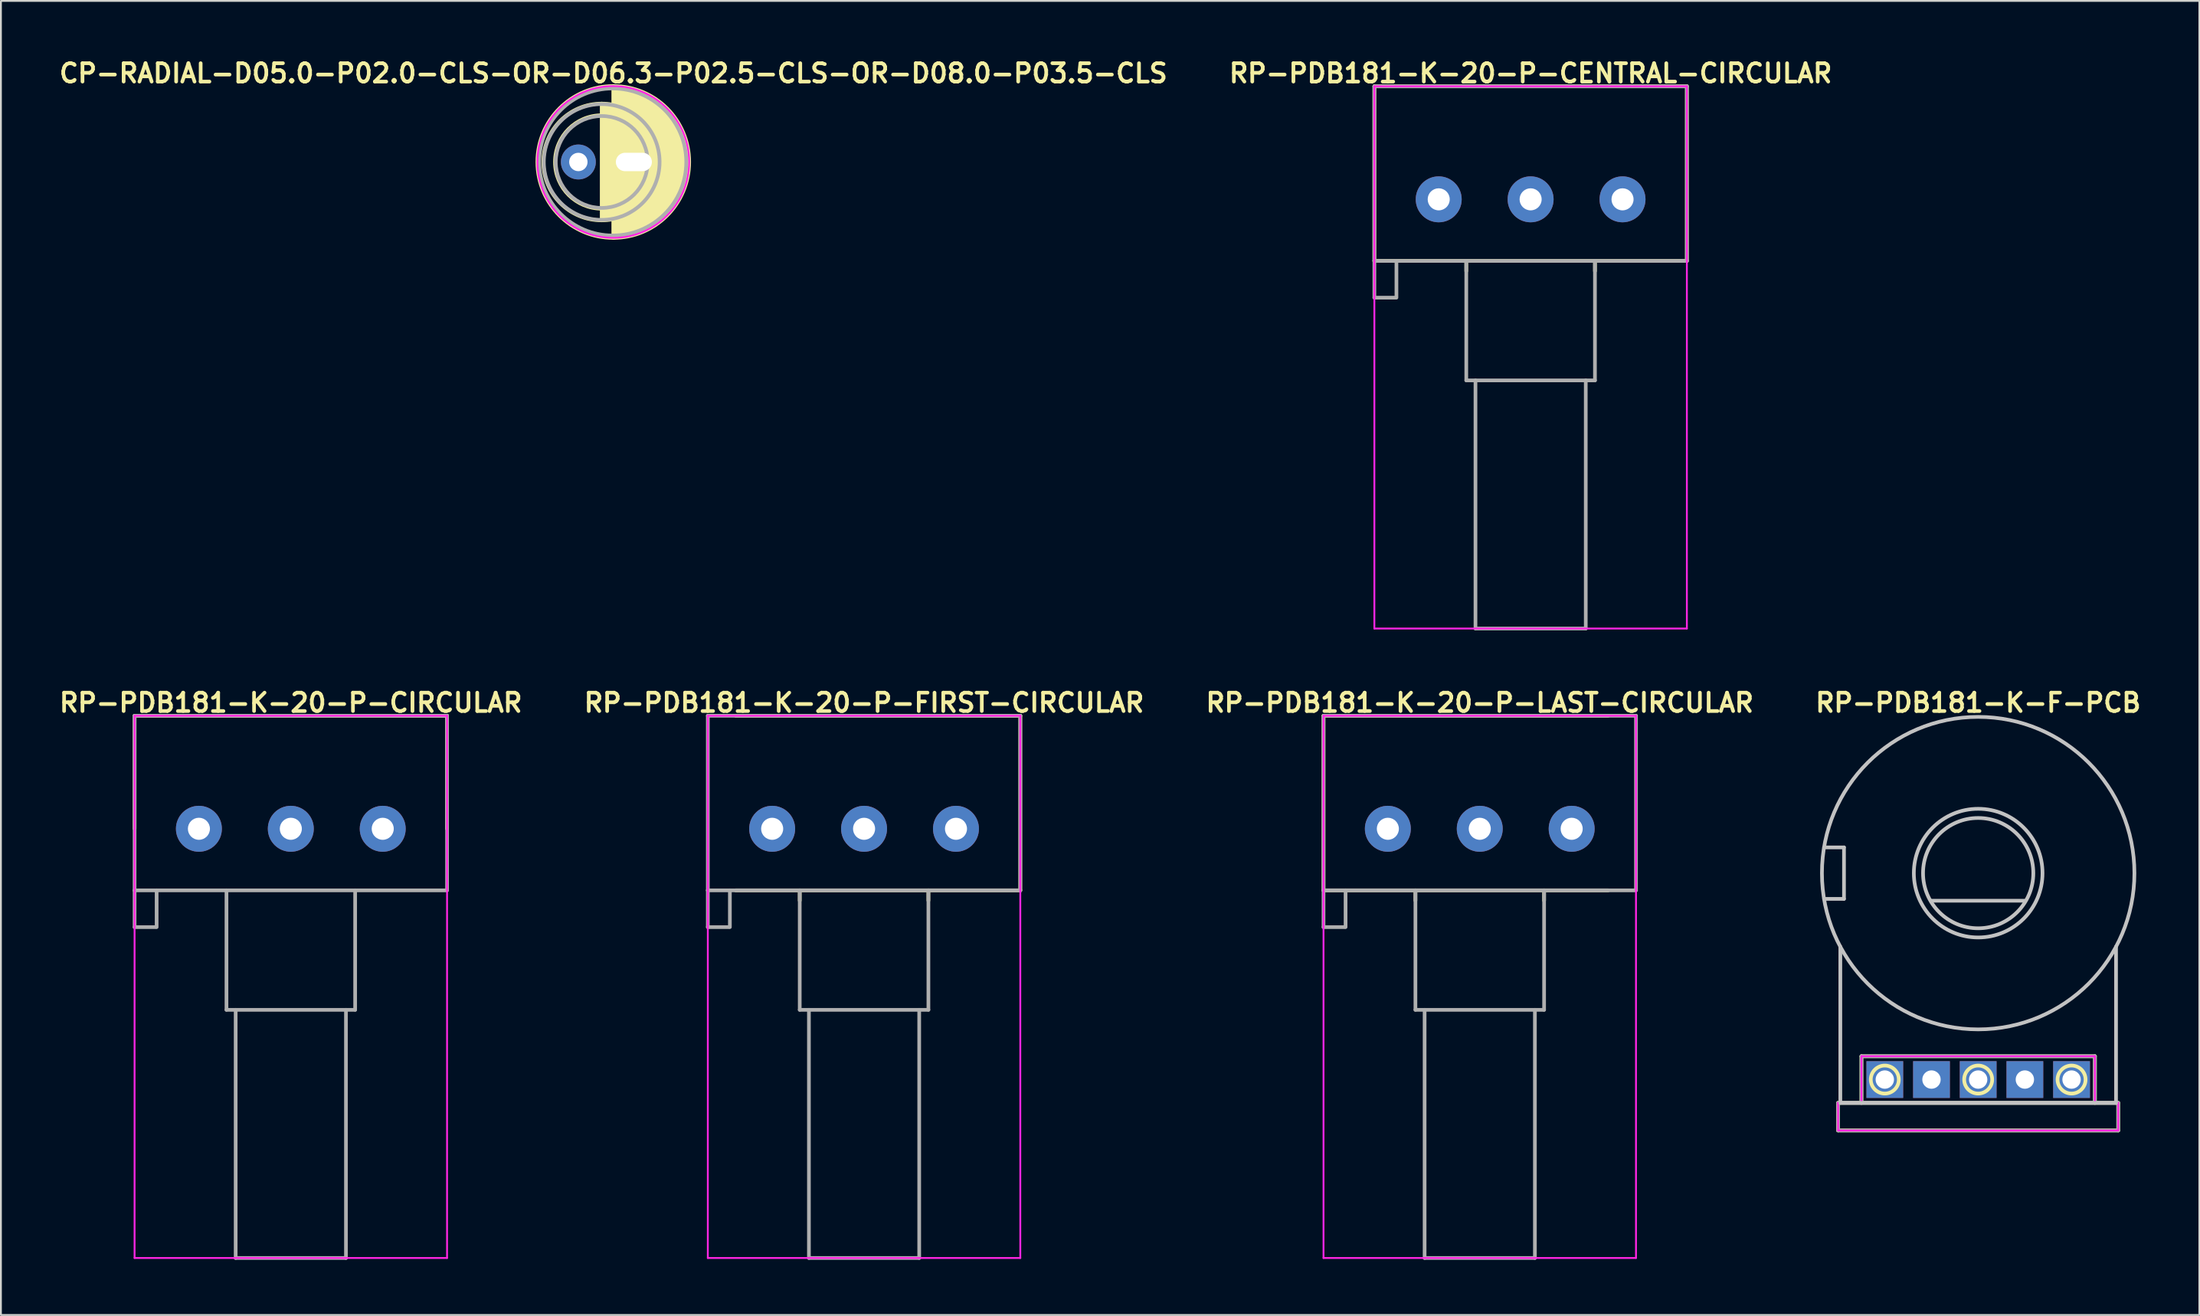
<source format=kicad_pcb>
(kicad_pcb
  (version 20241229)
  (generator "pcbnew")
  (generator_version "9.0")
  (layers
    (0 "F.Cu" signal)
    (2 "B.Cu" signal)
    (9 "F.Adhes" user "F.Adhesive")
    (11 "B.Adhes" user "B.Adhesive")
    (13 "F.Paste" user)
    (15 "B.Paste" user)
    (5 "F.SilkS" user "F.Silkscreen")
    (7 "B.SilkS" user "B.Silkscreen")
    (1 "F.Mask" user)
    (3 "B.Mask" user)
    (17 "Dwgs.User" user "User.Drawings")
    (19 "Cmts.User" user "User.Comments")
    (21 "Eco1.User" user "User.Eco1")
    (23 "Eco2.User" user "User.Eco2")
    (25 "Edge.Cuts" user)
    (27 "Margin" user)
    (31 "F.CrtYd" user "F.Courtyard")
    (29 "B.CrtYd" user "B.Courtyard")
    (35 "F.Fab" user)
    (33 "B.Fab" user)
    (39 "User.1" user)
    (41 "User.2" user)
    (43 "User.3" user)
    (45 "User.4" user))
  (footprint "CP-RADIAL-D05.0-P02.0-CLS-OR-D06.3-P02.5-CLS-OR-D08.0-P03.5-CLS"
    (layer "F.Cu")
    (at 29.684 5.762)
    (property "Reference" "CP-RADIAL-D05.0-P02.0-CLS-OR-D06.3-P02.5-CLS-OR-D08.0-P03.5-CLS" (at 0.635 -4.826 0) (layer "F.SilkS") (effects (font (size 1 1) (thickness 0.2))))
    (attr through_hole)
    (fp_circle (center 0 0) (end 2.54 0) (stroke (width 0.2) (type solid)) (fill no) (layer "F.SilkS"))
    (fp_circle (center 0 0) (end 3.175 0) (stroke (width 0.2) (type solid)) (fill no) (layer "F.SilkS"))
    (fp_circle (center 0.63 0) (end 4.758 0) (stroke (width 0.2) (type solid)) (fill no) (layer "F.SilkS"))
    (fp_poly (pts (xy 0 -3.175) (xy 1.651 -2.667) (xy 2.921 -1.143) (xy 3.175 0) (xy 2.921 1.143) (xy 1.651 2.667) (xy 0 3.175)) (stroke (width 0.2) (type solid)) (fill yes) (layer "F.SilkS"))
    (fp_poly (pts (xy 0.63 -4.128) (xy 2.916 -3.429) (xy 4.313 -1.778) (xy 4.758 0) (xy 4.313 1.778) (xy 2.916 3.429) (xy 0.63 4.128)) (stroke (width 0.2) (type solid)) (fill yes) (layer "F.SilkS"))
    (fp_circle (center 0.63 0) (end 4.758 0) (stroke (width 0.1) (type solid)) (fill no) (layer "F.CrtYd"))
    (fp_circle (center 0 0) (end 2.5 0) (stroke (width 0.2) (type solid)) (fill no) (layer "F.Fab"))
    (fp_circle (center 0 0) (end 3.15 0) (stroke (width 0.2) (type solid)) (fill no) (layer "F.Fab"))
    (fp_circle (center 0.6 0) (end 4.6 0) (stroke (width 0.2) (type solid)) (fill no) (layer "F.Fab"))
    (pad "+" thru_hole circle (at -1.27 0) (size 1.9 1.9) (drill 1) (layers "B.Cu" "B.Mask"))
    (pad "-" thru_hole rect (at 1.75 0) (size 2.86 1.9) (drill oval 1.96 1) (layers "B.Cu" "B.Mask")))
  (footprint "RP-PDB181-K-20-P-CIRCULAR"
    (layer "F.Cu")
    (at 12.771 42.038)
    (property "Reference" "RP-PDB181-K-20-P-CIRCULAR" (at 0 -6.858 0) (layer "F.SilkS") (effects (font (size 1 1) (thickness 0.2))))
    (attr through_hole)
    (fp_line (start -8.5 -6.15) (end -8.5 0) (stroke (width 0.2) (type solid)) (layer "F.SilkS"))
    (fp_line (start -8.5 -6.15) (end 8.5 -6.15) (stroke (width 0.2) (type solid)) (layer "F.SilkS"))
    (fp_line (start 8.5 -6.15) (end 8.5 0) (stroke (width 0.2) (type solid)) (layer "F.SilkS"))
    (fp_line (start -8.5 -6.15) (end -8.5 23.35) (stroke (width 0.1) (type solid)) (layer "F.CrtYd"))
    (fp_line (start -8.5 -6.15) (end 8.5 -6.15) (stroke (width 0.1) (type solid)) (layer "F.CrtYd"))
    (fp_line (start -8.5 23.35) (end 8.5 23.35) (stroke (width 0.1) (type solid)) (layer "F.CrtYd"))
    (fp_line (start 8.5 -6.15) (end 8.5 23.35) (stroke (width 0.1) (type solid)) (layer "F.CrtYd"))
    (fp_line (start -8.5 -6.15) (end -8.5 3.35) (stroke (width 0.2) (type solid)) (layer "F.Fab"))
    (fp_line (start -8.5 -6.15) (end 8.5 -6.15) (stroke (width 0.2) (type solid)) (layer "F.Fab"))
    (fp_line (start -8.5 3.35) (end -8.5 5.35) (stroke (width 0.2) (type solid)) (layer "F.Fab"))
    (fp_line (start -8.5 3.35) (end 8.5 3.35) (stroke (width 0.2) (type solid)) (layer "F.Fab"))
    (fp_line (start -8.5 5.35) (end -7.366 5.35) (stroke (width 0.2) (type solid)) (layer "F.Fab"))
    (fp_line (start -7.3 3.35) (end -7.3 5.35) (stroke (width 0.2) (type solid)) (layer "F.Fab"))
    (fp_line (start -3.5 3.35) (end -3.5 9.85) (stroke (width 0.2) (type solid)) (layer "F.Fab"))
    (fp_line (start -3.5 9.85) (end 3.5 9.85) (stroke (width 0.2) (type solid)) (layer "F.Fab"))
    (fp_line (start -3 9.85) (end -3 23.35) (stroke (width 0.2) (type solid)) (layer "F.Fab"))
    (fp_line (start -3 23.35) (end 3 23.35) (stroke (width 0.2) (type solid)) (layer "F.Fab"))
    (fp_line (start 3 9.85) (end 3 23.35) (stroke (width 0.2) (type solid)) (layer "F.Fab"))
    (fp_line (start 3.5 3.35) (end 3.5 9.85) (stroke (width 0.2) (type solid)) (layer "F.Fab"))
    (fp_line (start 8.5 -6.15) (end 8.5 3.35) (stroke (width 0.2) (type solid)) (layer "F.Fab"))
    (pad "1" thru_hole circle (at -5 0) (size 2.5 2.5) (drill 1.2) (layers "B.Cu" "B.Mask"))
    (pad "2" thru_hole circle (at 0 0) (size 2.5 2.5) (drill 1.2) (layers "B.Cu" "B.Mask"))
    (pad "3" thru_hole circle (at 5 0) (size 2.5 2.5) (drill 1.2) (layers "B.Cu" "B.Mask")))
  (footprint "RP-PDB181-K-20-P-LAST-CIRCULAR"
    (layer "F.Cu")
    (at 77.452 42.038)
    (property "Reference" "RP-PDB181-K-20-P-LAST-CIRCULAR" (at 0 -6.858 0) (layer "F.SilkS") (effects (font (size 1 1) (thickness 0.2))))
    (attr through_hole)
    (fp_line (start -8.5 -6.15) (end -8.5 3.35) (stroke (width 0.2) (type solid)) (layer "F.SilkS"))
    (fp_line (start -8.5 -6.15) (end 6.985 -6.15) (stroke (width 0.2) (type solid)) (layer "F.SilkS"))
    (fp_line (start -8.5 3.35) (end 6.985 3.35) (stroke (width 0.2) (type solid)) (layer "F.SilkS"))
    (fp_line (start -3.5 3.35) (end -3.5 3.905) (stroke (width 0.2) (type solid)) (layer "F.SilkS"))
    (fp_line (start 3.5 3.35) (end 3.5 3.905) (stroke (width 0.2) (type solid)) (layer "F.SilkS"))
    (fp_line (start -8.5 -6.15) (end -8.5 23.35) (stroke (width 0.1) (type solid)) (layer "F.CrtYd"))
    (fp_line (start -8.5 -6.15) (end 8.5 -6.15) (stroke (width 0.1) (type solid)) (layer "F.CrtYd"))
    (fp_line (start -8.5 23.35) (end 8.5 23.35) (stroke (width 0.1) (type solid)) (layer "F.CrtYd"))
    (fp_line (start 8.5 -6.15) (end 8.5 23.35) (stroke (width 0.1) (type solid)) (layer "F.CrtYd"))
    (fp_line (start -8.5 -6.15) (end -8.5 3.35) (stroke (width 0.2) (type solid)) (layer "F.Fab"))
    (fp_line (start -8.5 -6.15) (end 8.5 -6.15) (stroke (width 0.2) (type solid)) (layer "F.Fab"))
    (fp_line (start -8.5 3.35) (end -8.5 5.35) (stroke (width 0.2) (type solid)) (layer "F.Fab"))
    (fp_line (start -8.5 3.35) (end 8.5 3.35) (stroke (width 0.2) (type solid)) (layer "F.Fab"))
    (fp_line (start -8.5 5.35) (end -7.366 5.35) (stroke (width 0.2) (type solid)) (layer "F.Fab"))
    (fp_line (start -7.3 3.35) (end -7.3 5.35) (stroke (width 0.2) (type solid)) (layer "F.Fab"))
    (fp_line (start -3.5 3.35) (end -3.5 9.85) (stroke (width 0.2) (type solid)) (layer "F.Fab"))
    (fp_line (start -3.5 9.85) (end 3.5 9.85) (stroke (width 0.2) (type solid)) (layer "F.Fab"))
    (fp_line (start -3 9.85) (end -3 23.35) (stroke (width 0.2) (type solid)) (layer "F.Fab"))
    (fp_line (start -3 23.35) (end 3 23.35) (stroke (width 0.2) (type solid)) (layer "F.Fab"))
    (fp_line (start 3 9.85) (end 3 23.35) (stroke (width 0.2) (type solid)) (layer "F.Fab"))
    (fp_line (start 3.5 3.35) (end 3.5 9.85) (stroke (width 0.2) (type solid)) (layer "F.Fab"))
    (fp_line (start 8.5 -6.15) (end 8.5 3.35) (stroke (width 0.2) (type solid)) (layer "F.Fab"))
    (pad "1" thru_hole circle (at -5 0) (size 2.5 2.5) (drill 1.2) (layers "B.Cu" "B.Mask"))
    (pad "2" thru_hole circle (at 0 0) (size 2.5 2.5) (drill 1.2) (layers "B.Cu" "B.Mask"))
    (pad "3" thru_hole circle (at 5 0) (size 2.5 2.5) (drill 1.2) (layers "B.Cu" "B.Mask")))
  (footprint "RP-PDB181-K-20-P-FIRST-CIRCULAR"
    (layer "F.Cu")
    (at 43.957 42.038)
    (property "Reference" "RP-PDB181-K-20-P-FIRST-CIRCULAR" (at 0 -6.858 0) (layer "F.SilkS") (effects (font (size 1 1) (thickness 0.2))))
    (attr through_hole)
    (fp_line (start -6.985 -6.15) (end 8.5 -6.15) (stroke (width 0.2) (type solid)) (layer "F.SilkS"))
    (fp_line (start -6.985 3.35) (end 8.5 3.35) (stroke (width 0.2) (type solid)) (layer "F.SilkS"))
    (fp_line (start -3.5 3.35) (end -3.5 3.905) (stroke (width 0.2) (type solid)) (layer "F.SilkS"))
    (fp_line (start 3.5 3.35) (end 3.5 3.905) (stroke (width 0.2) (type solid)) (layer "F.SilkS"))
    (fp_line (start 8.5 -6.15) (end 8.5 3.35) (stroke (width 0.2) (type solid)) (layer "F.SilkS"))
    (fp_line (start -8.5 -6.15) (end -8.5 23.35) (stroke (width 0.1) (type solid)) (layer "F.CrtYd"))
    (fp_line (start -8.5 -6.15) (end 8.5 -6.15) (stroke (width 0.1) (type solid)) (layer "F.CrtYd"))
    (fp_line (start -8.5 23.35) (end 8.5 23.35) (stroke (width 0.1) (type solid)) (layer "F.CrtYd"))
    (fp_line (start 8.5 -6.15) (end 8.5 23.35) (stroke (width 0.1) (type solid)) (layer "F.CrtYd"))
    (fp_line (start -8.5 -6.15) (end -8.5 3.35) (stroke (width 0.2) (type solid)) (layer "F.Fab"))
    (fp_line (start -8.5 -6.15) (end 8.5 -6.15) (stroke (width 0.2) (type solid)) (layer "F.Fab"))
    (fp_line (start -8.5 3.35) (end -8.5 5.35) (stroke (width 0.2) (type solid)) (layer "F.Fab"))
    (fp_line (start -8.5 3.35) (end 8.5 3.35) (stroke (width 0.2) (type solid)) (layer "F.Fab"))
    (fp_line (start -8.5 5.35) (end -7.366 5.35) (stroke (width 0.2) (type solid)) (layer "F.Fab"))
    (fp_line (start -7.3 3.35) (end -7.3 5.35) (stroke (width 0.2) (type solid)) (layer "F.Fab"))
    (fp_line (start -3.5 3.35) (end -3.5 9.85) (stroke (width 0.2) (type solid)) (layer "F.Fab"))
    (fp_line (start -3.5 9.85) (end 3.5 9.85) (stroke (width 0.2) (type solid)) (layer "F.Fab"))
    (fp_line (start -3 9.85) (end -3 23.35) (stroke (width 0.2) (type solid)) (layer "F.Fab"))
    (fp_line (start -3 23.35) (end 3 23.35) (stroke (width 0.2) (type solid)) (layer "F.Fab"))
    (fp_line (start 3 9.85) (end 3 23.35) (stroke (width 0.2) (type solid)) (layer "F.Fab"))
    (fp_line (start 3.5 3.35) (end 3.5 9.85) (stroke (width 0.2) (type solid)) (layer "F.Fab"))
    (fp_line (start 8.5 -6.15) (end 8.5 3.35) (stroke (width 0.2) (type solid)) (layer "F.Fab"))
    (pad "1" thru_hole circle (at -5 0) (size 2.5 2.5) (drill 1.2) (layers "B.Cu" "B.Mask"))
    (pad "2" thru_hole circle (at 0 0) (size 2.5 2.5) (drill 1.2) (layers "B.Cu" "B.Mask"))
    (pad "3" thru_hole circle (at 5 0) (size 2.5 2.5) (drill 1.2) (layers "B.Cu" "B.Mask")))
  (footprint "RP-PDB181-K-20-P-CENTRAL-CIRCULAR"
    (layer "F.Cu")
    (at 80.219 7.794)
    (property "Reference" "RP-PDB181-K-20-P-CENTRAL-CIRCULAR" (at 0 -6.858 0) (layer "F.SilkS") (effects (font (size 1 1) (thickness 0.2))))
    (attr through_hole)
    (fp_line (start -8.5 -6.15) (end -8.5 3.35) (stroke (width 0.2) (type solid)) (layer "F.SilkS"))
    (fp_line (start -8.5 -6.15) (end 8.5 -6.15) (stroke (width 0.2) (type solid)) (layer "F.SilkS"))
    (fp_line (start -8.5 3.35) (end 8.5 3.35) (stroke (width 0.2) (type solid)) (layer "F.SilkS"))
    (fp_line (start -3.5 3.35) (end -3.5 3.905) (stroke (width 0.2) (type solid)) (layer "F.SilkS"))
    (fp_line (start 3.5 3.35) (end 3.5 3.905) (stroke (width 0.2) (type solid)) (layer "F.SilkS"))
    (fp_line (start 8.5 -6.15) (end 8.5 3.35) (stroke (width 0.2) (type solid)) (layer "F.SilkS"))
    (fp_line (start -8.5 -6.15) (end -8.5 23.35) (stroke (width 0.1) (type solid)) (layer "F.CrtYd"))
    (fp_line (start -8.5 -6.15) (end 8.5 -6.15) (stroke (width 0.1) (type solid)) (layer "F.CrtYd"))
    (fp_line (start -8.5 23.35) (end 8.5 23.35) (stroke (width 0.1) (type solid)) (layer "F.CrtYd"))
    (fp_line (start 8.5 -6.15) (end 8.5 23.35) (stroke (width 0.1) (type solid)) (layer "F.CrtYd"))
    (fp_line (start -8.5 -6.15) (end -8.5 3.35) (stroke (width 0.2) (type solid)) (layer "F.Fab"))
    (fp_line (start -8.5 -6.15) (end 8.5 -6.15) (stroke (width 0.2) (type solid)) (layer "F.Fab"))
    (fp_line (start -8.5 3.35) (end -8.5 5.35) (stroke (width 0.2) (type solid)) (layer "F.Fab"))
    (fp_line (start -8.5 3.35) (end 8.5 3.35) (stroke (width 0.2) (type solid)) (layer "F.Fab"))
    (fp_line (start -8.5 5.35) (end -7.366 5.35) (stroke (width 0.2) (type solid)) (layer "F.Fab"))
    (fp_line (start -7.3 3.35) (end -7.3 5.35) (stroke (width 0.2) (type solid)) (layer "F.Fab"))
    (fp_line (start -3.5 3.35) (end -3.5 9.85) (stroke (width 0.2) (type solid)) (layer "F.Fab"))
    (fp_line (start -3.5 9.85) (end 3.5 9.85) (stroke (width 0.2) (type solid)) (layer "F.Fab"))
    (fp_line (start -3 9.85) (end -3 23.35) (stroke (width 0.2) (type solid)) (layer "F.Fab"))
    (fp_line (start -3 23.35) (end 3 23.35) (stroke (width 0.2) (type solid)) (layer "F.Fab"))
    (fp_line (start 3 9.85) (end 3 23.35) (stroke (width 0.2) (type solid)) (layer "F.Fab"))
    (fp_line (start 3.5 3.35) (end 3.5 9.85) (stroke (width 0.2) (type solid)) (layer "F.Fab"))
    (fp_line (start 8.5 -6.15) (end 8.5 3.35) (stroke (width 0.2) (type solid)) (layer "F.Fab"))
    (pad "1" thru_hole circle (at -5 0) (size 2.5 2.5) (drill 1.2) (layers "B.Cu" "B.Mask"))
    (pad "2" thru_hole circle (at 0 0) (size 2.5 2.5) (drill 1.2) (layers "B.Cu" "B.Mask"))
    (pad "3" thru_hole circle (at 5 0) (size 2.5 2.5) (drill 1.2) (layers "B.Cu" "B.Mask")))
  (footprint "RP-PDB181-K-F-PCB"
    (layer "F.Cu")
    (at 104.567 44.451)
    (property "Reference" "RP-PDB181-K-F-PCB" (at 0 -9.271 0) (layer "F.SilkS") (effects (font (size 1 1) (thickness 0.2))))
    (attr through_hole)
    (fp_line (start -7.62 12.5) (end -7.62 14) (stroke (width 0.2) (type solid)) (layer "F.SilkS"))
    (fp_line (start -7.62 12.5) (end 7.62 12.5) (stroke (width 0.2) (type solid)) (layer "F.SilkS"))
    (fp_line (start -7.62 14) (end 7.62 14) (stroke (width 0.2) (type solid)) (layer "F.SilkS"))
    (fp_line (start -6.35 9.96) (end -6.35 12.5) (stroke (width 0.2) (type solid)) (layer "F.SilkS"))
    (fp_line (start -6.35 9.96) (end 6.35 9.96) (stroke (width 0.2) (type solid)) (layer "F.SilkS"))
    (fp_line (start 6.35 9.96) (end 6.35 12.5) (stroke (width 0.2) (type solid)) (layer "F.SilkS"))
    (fp_line (start 7.62 12.5) (end 7.62 14) (stroke (width 0.2) (type solid)) (layer "F.SilkS"))
    (fp_circle (center -5.08 11.23) (end -4.318 11.23) (stroke (width 0.2) (type solid)) (fill no) (layer "F.SilkS"))
    (fp_circle (center 0 11.23) (end 0.762 11.23) (stroke (width 0.2) (type solid)) (fill no) (layer "F.SilkS"))
    (fp_circle (center 5.08 11.23) (end 5.842 11.23) (stroke (width 0.2) (type solid)) (fill no) (layer "F.SilkS"))
    (fp_line (start -8.384 -1.4) (end -7.3 -1.4) (stroke (width 0.2) (type solid)) (layer "Dwgs.User"))
    (fp_line (start -8.384 1.4) (end -7.3 1.4) (stroke (width 0.2) (type solid)) (layer "Dwgs.User"))
    (fp_line (start -7.5 4) (end -7.5 12.5) (stroke (width 0.2) (type solid)) (layer "Dwgs.User"))
    (fp_line (start -7.5 12.5) (end 7.5 12.5) (stroke (width 0.2) (type solid)) (layer "Dwgs.User"))
    (fp_line (start -7.3 -1.4) (end -7.3 1.4) (stroke (width 0.2) (type solid)) (layer "Dwgs.User"))
    (fp_line (start -2.54 1.5) (end 2.54 1.5) (stroke (width 0.2) (type solid)) (layer "Dwgs.User"))
    (fp_line (start 7.5 4) (end 7.5 12.5) (stroke (width 0.2) (type solid)) (layer "Dwgs.User"))
    (fp_circle (center 0 0) (end 3 0) (stroke (width 0.2) (type solid)) (fill no) (layer "Dwgs.User"))
    (fp_circle (center 0 0) (end 3.5 0) (stroke (width 0.2) (type solid)) (fill no) (layer "Dwgs.User"))
    (fp_circle (center 0 0) (end 8.5 0) (stroke (width 0.2) (type solid)) (fill no) (layer "Dwgs.User"))
    (fp_line (start -8.55 -0.8) (end -8.55 0.8) (stroke (width 0.4) (type solid)) (layer "Eco1.User"))
    (fp_line (start -7.25 -0.8) (end -7.25 0.8) (stroke (width 0.4) (type solid)) (layer "Eco1.User"))
    (fp_arc (start -8.55 -0.8) (mid -7.9 -1.45) (end -7.25 -0.8) (stroke (width 0.4) (type solid)) (layer "Eco1.User"))
    (fp_arc (start -7.25 0.8) (mid -7.9 1.45) (end -8.55 0.8) (stroke (width 0.4) (type solid)) (layer "Eco1.User"))
    (fp_circle (center 0 0) (end 3.7 0) (stroke (width 0.4) (type solid)) (fill no) (layer "Eco1.User"))
    (fp_line (start -7.62 12.5) (end -7.62 14) (stroke (width 0.1) (type solid)) (layer "F.CrtYd"))
    (fp_line (start -7.62 12.5) (end -6.35 12.5) (stroke (width 0.1) (type solid)) (layer "F.CrtYd"))
    (fp_line (start -7.62 14) (end 7.62 14) (stroke (width 0.1) (type solid)) (layer "F.CrtYd"))
    (fp_line (start -6.35 9.96) (end -6.35 12.5) (stroke (width 0.1) (type solid)) (layer "F.CrtYd"))
    (fp_line (start -6.35 9.96) (end 6.35 9.96) (stroke (width 0.1) (type solid)) (layer "F.CrtYd"))
    (fp_line (start 6.35 9.96) (end 6.35 12.5) (stroke (width 0.1) (type solid)) (layer "F.CrtYd"))
    (fp_line (start 6.35 12.5) (end 7.62 12.5) (stroke (width 0.1) (type solid)) (layer "F.CrtYd"))
    (fp_line (start 7.62 12.5) (end 7.62 14) (stroke (width 0.1) (type solid)) (layer "F.CrtYd"))
    (fp_line (start -7.62 12.5) (end -7.62 14) (stroke (width 0.2) (type solid)) (layer "F.Fab"))
    (fp_line (start -7.62 12.5) (end 7.62 12.5) (stroke (width 0.2) (type solid)) (layer "F.Fab"))
    (fp_line (start -7.62 14) (end 7.62 14) (stroke (width 0.2) (type solid)) (layer "F.Fab"))
    (fp_line (start -6.35 9.96) (end -6.35 12.5) (stroke (width 0.2) (type solid)) (layer "F.Fab"))
    (fp_line (start -6.35 9.96) (end 6.35 9.96) (stroke (width 0.2) (type solid)) (layer "F.Fab"))
    (fp_line (start 6.35 9.96) (end 6.35 12.5) (stroke (width 0.2) (type solid)) (layer "F.Fab"))
    (fp_line (start 7.62 12.5) (end 7.62 14) (stroke (width 0.2) (type solid)) (layer "F.Fab"))
    (pad "1" thru_hole rect (at -5.08 11.23) (size 2 2) (drill 1) (layers "B.Cu" "B.Mask"))
    (pad "2" thru_hole rect (at 0 11.23) (size 2 2) (drill 1) (layers "B.Cu" "B.Mask"))
    (pad "3" thru_hole rect (at 5.08 11.23) (size 2 2) (drill 1) (layers "B.Cu" "B.Mask"))
    (pad "NC1" thru_hole rect (at -2.54 11.23) (size 2 2) (drill 1) (layers "B.Cu" "B.Mask"))
    (pad "NC2" thru_hole rect (at 2.54 11.23) (size 2 2) (drill 1) (layers "B.Cu" "B.Mask")))
  (gr_rect
    (start -3 -3)
    (end 116.6 68.488)
    (stroke (width 0.1) (type default))
    (fill no)
    (layer "Edge.Cuts")))
</source>
